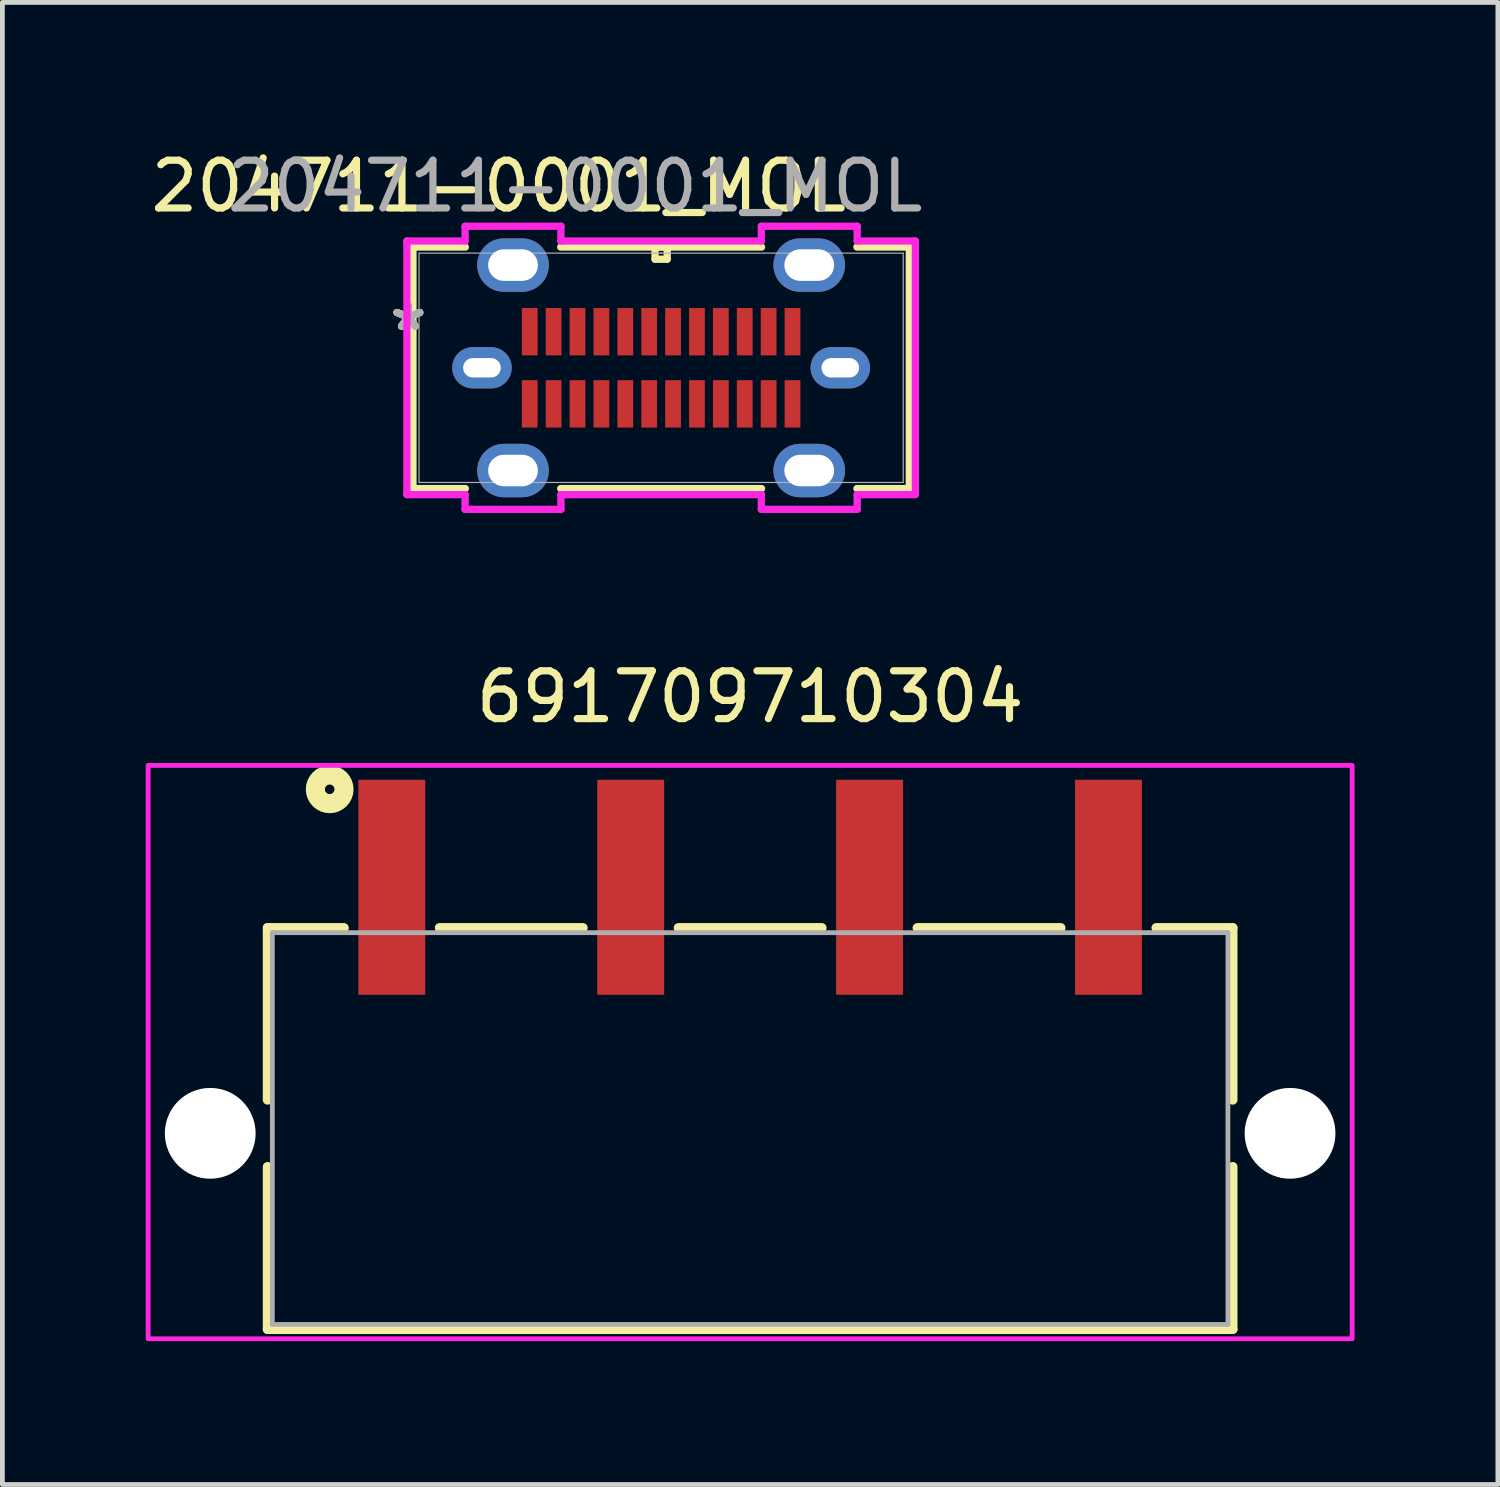
<source format=kicad_pcb>
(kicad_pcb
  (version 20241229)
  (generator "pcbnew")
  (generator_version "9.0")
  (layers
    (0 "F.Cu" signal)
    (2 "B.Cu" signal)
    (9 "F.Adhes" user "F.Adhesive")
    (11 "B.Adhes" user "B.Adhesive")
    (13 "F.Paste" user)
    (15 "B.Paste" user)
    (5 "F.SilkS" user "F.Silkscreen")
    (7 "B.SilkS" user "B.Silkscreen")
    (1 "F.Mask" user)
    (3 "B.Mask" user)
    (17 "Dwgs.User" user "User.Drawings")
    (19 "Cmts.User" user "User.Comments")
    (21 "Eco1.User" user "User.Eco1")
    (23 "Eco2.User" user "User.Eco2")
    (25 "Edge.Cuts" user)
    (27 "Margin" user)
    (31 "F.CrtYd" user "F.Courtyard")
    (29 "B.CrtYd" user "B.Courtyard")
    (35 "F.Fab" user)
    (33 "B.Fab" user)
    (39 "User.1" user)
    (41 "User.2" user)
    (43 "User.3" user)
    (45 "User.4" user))
  (footprint "691709710304"
    (layer "F.Cu")
    (at 12.65 20.67)
    (property "Reference" "691709710304" (at 0 -9.135 0) (layer "F.SilkS") (effects (font (size 1 1) (thickness 0.15))))
    (attr smd)
    (fp_line (start -10.1 -4.3) (end -10.1 -0.7) (stroke (width 0.2) (type solid)) (layer "F.SilkS"))
    (fp_line (start -10.1 0.7) (end -10.1 4.1) (stroke (width 0.2) (type solid)) (layer "F.SilkS"))
    (fp_line (start -10.1 4.1) (end 10.1 4.1) (stroke (width 0.2) (type solid)) (layer "F.SilkS"))
    (fp_line (start -8.5 -4.3) (end -10.1 -4.3) (stroke (width 0.2) (type solid)) (layer "F.SilkS"))
    (fp_line (start -6.5 -4.3) (end -3.5 -4.3) (stroke (width 0.2) (type solid)) (layer "F.SilkS"))
    (fp_line (start -1.5 -4.3) (end 1.5 -4.3) (stroke (width 0.2) (type solid)) (layer "F.SilkS"))
    (fp_line (start 3.5 -4.3) (end 6.5 -4.3) (stroke (width 0.2) (type solid)) (layer "F.SilkS"))
    (fp_line (start 10.1 -4.3) (end 8.5 -4.3) (stroke (width 0.2) (type solid)) (layer "F.SilkS"))
    (fp_line (start 10.1 -0.7) (end 10.1 -4.3) (stroke (width 0.2) (type solid)) (layer "F.SilkS"))
    (fp_line (start 10.1 4.1) (end 10.1 0.7) (stroke (width 0.2) (type solid)) (layer "F.SilkS"))
    (fp_circle (center -8.8 -7.2) (end -8.7 -7.2) (stroke (width 0.4) (type solid)) (fill no) (layer "F.SilkS"))
    (fp_poly (pts (xy -12.6 -7.7) (xy 12.6 -7.7) (xy 12.6 4.3) (xy -12.6 4.3)) (stroke (width 0.1) (type solid)) (fill no) (layer "F.CrtYd"))
    (fp_line (start -10 -4.2) (end 10 -4.2) (stroke (width 0.1) (type solid)) (layer "F.Fab"))
    (fp_line (start -10 4) (end -10 -4.2) (stroke (width 0.1) (type solid)) (layer "F.Fab"))
    (fp_line (start 10 -4.2) (end 10 4) (stroke (width 0.1) (type solid)) (layer "F.Fab"))
    (fp_line (start 10 4) (end -10 4) (stroke (width 0.1) (type solid)) (layer "F.Fab"))
    (pad "" np_thru_hole circle (at -11.3 0) (size 1.9 1.9) (drill 1.9) (layers "*.Cu" "*.Mask"))
    (pad "" np_thru_hole circle (at 11.3 0) (size 1.9 1.9) (drill 1.9) (layers "*.Cu" "*.Mask"))
    (pad "1" smd rect (at -7.5 -5.15) (size 1.4 4.5) (layers "F.Cu" "F.Mask" "F.Paste"))
    (pad "2" smd rect (at -2.5 -5.15) (size 1.4 4.5) (layers "F.Cu" "F.Mask" "F.Paste"))
    (pad "3" smd rect (at 2.5 -5.15) (size 1.4 4.5) (layers "F.Cu" "F.Mask" "F.Paste"))
    (pad "4" smd rect (at 7.5 -5.15) (size 1.4 4.5) (layers "F.Cu" "F.Mask" "F.Paste")))
  (footprint "204711-0001_MOL"
    (layer "F.Cu")
    (at 10.787 4.648)
    (property "Reference" "204711-0001_MOL" (at -3.4 -3.8 0) (unlocked yes) (layer "F.SilkS") (effects (font (size 1 1) (thickness 0.15))))
    (attr smd)
    (fp_line (start -5.194 -2.527) (end -5.194 2.527) (stroke (width 0.152) (type solid)) (layer "F.SilkS"))
    (fp_line (start -5.194 2.527) (end -4.098 2.527) (stroke (width 0.152) (type solid)) (layer "F.SilkS"))
    (fp_line (start -4.098 -2.527) (end -5.194 -2.527) (stroke (width 0.152) (type solid)) (layer "F.SilkS"))
    (fp_line (start -2.102 2.527) (end 2.102 2.527) (stroke (width 0.152) (type solid)) (layer "F.SilkS"))
    (fp_line (start -0.127 -2.527) (end -0.127 -2.273) (stroke (width 0.152) (type solid)) (layer "F.SilkS"))
    (fp_line (start -0.127 -2.273) (end 0.127 -2.273) (stroke (width 0.152) (type solid)) (layer "F.SilkS"))
    (fp_line (start 0.127 -2.527) (end -0.127 -2.527) (stroke (width 0.152) (type solid)) (layer "F.SilkS"))
    (fp_line (start 0.127 -2.273) (end 0.127 -2.527) (stroke (width 0.152) (type solid)) (layer "F.SilkS"))
    (fp_line (start 2.102 -2.527) (end -2.102 -2.527) (stroke (width 0.152) (type solid)) (layer "F.SilkS"))
    (fp_line (start 4.098 2.527) (end 5.194 2.527) (stroke (width 0.152) (type solid)) (layer "F.SilkS"))
    (fp_line (start 5.194 -2.527) (end 4.098 -2.527) (stroke (width 0.152) (type solid)) (layer "F.SilkS"))
    (fp_line (start 5.194 2.527) (end 5.194 -2.527) (stroke (width 0.152) (type solid)) (layer "F.SilkS"))
    (fp_line (start -5.321 -2.654) (end -5.321 2.654) (stroke (width 0.152) (type solid)) (layer "F.CrtYd"))
    (fp_line (start -5.321 2.654) (end -4.103 2.654) (stroke (width 0.152) (type solid)) (layer "F.CrtYd"))
    (fp_line (start -4.103 -2.963) (end -4.103 -2.654) (stroke (width 0.152) (type solid)) (layer "F.CrtYd"))
    (fp_line (start -4.103 -2.654) (end -5.321 -2.654) (stroke (width 0.152) (type solid)) (layer "F.CrtYd"))
    (fp_line (start -4.103 2.654) (end -4.103 2.963) (stroke (width 0.152) (type solid)) (layer "F.CrtYd"))
    (fp_line (start -4.103 2.963) (end -2.097 2.963) (stroke (width 0.152) (type solid)) (layer "F.CrtYd"))
    (fp_line (start -2.097 -2.963) (end -4.103 -2.963) (stroke (width 0.152) (type solid)) (layer "F.CrtYd"))
    (fp_line (start -2.097 -2.654) (end -2.097 -2.963) (stroke (width 0.152) (type solid)) (layer "F.CrtYd"))
    (fp_line (start -2.097 2.654) (end 2.097 2.654) (stroke (width 0.152) (type solid)) (layer "F.CrtYd"))
    (fp_line (start -2.097 2.963) (end -2.097 2.654) (stroke (width 0.152) (type solid)) (layer "F.CrtYd"))
    (fp_line (start 2.097 -2.963) (end 2.097 -2.654) (stroke (width 0.152) (type solid)) (layer "F.CrtYd"))
    (fp_line (start 2.097 -2.654) (end -2.097 -2.654) (stroke (width 0.152) (type solid)) (layer "F.CrtYd"))
    (fp_line (start 2.097 2.654) (end 2.097 2.963) (stroke (width 0.152) (type solid)) (layer "F.CrtYd"))
    (fp_line (start 2.097 2.963) (end 4.103 2.963) (stroke (width 0.152) (type solid)) (layer "F.CrtYd"))
    (fp_line (start 4.103 -2.963) (end 2.097 -2.963) (stroke (width 0.152) (type solid)) (layer "F.CrtYd"))
    (fp_line (start 4.103 -2.654) (end 4.103 -2.963) (stroke (width 0.152) (type solid)) (layer "F.CrtYd"))
    (fp_line (start 4.103 2.654) (end 5.321 2.654) (stroke (width 0.152) (type solid)) (layer "F.CrtYd"))
    (fp_line (start 4.103 2.963) (end 4.103 2.654) (stroke (width 0.152) (type solid)) (layer "F.CrtYd"))
    (fp_line (start 5.321 -2.654) (end 4.103 -2.654) (stroke (width 0.152) (type solid)) (layer "F.CrtYd"))
    (fp_line (start 5.321 2.654) (end 5.321 -2.654) (stroke (width 0.152) (type solid)) (layer "F.CrtYd"))
    (fp_line (start -5.067 -2.4) (end -5.067 2.4) (stroke (width 0.025) (type solid)) (layer "F.Fab"))
    (fp_line (start -5.067 2.4) (end 5.067 2.4) (stroke (width 0.025) (type solid)) (layer "F.Fab"))
    (fp_line (start 0 -2.4) (end 0 -2.4) (stroke (width 0.025) (type solid)) (layer "F.Fab"))
    (fp_line (start 0 -2.4) (end 0 -2.4) (stroke (width 0.025) (type solid)) (layer "F.Fab"))
    (fp_line (start 0 -2.4) (end 0 -2.4) (stroke (width 0.025) (type solid)) (layer "F.Fab"))
    (fp_line (start 0 -2.4) (end 0 -2.4) (stroke (width 0.025) (type solid)) (layer "F.Fab"))
    (fp_line (start 5.067 -2.4) (end -5.067 -2.4) (stroke (width 0.025) (type solid)) (layer "F.Fab"))
    (fp_line (start 5.067 2.4) (end 5.067 -2.4) (stroke (width 0.025) (type solid)) (layer "F.Fab"))
    (fp_text user "*" (at -5.29 -0.755 0) (unlocked yes) (layer "F.SilkS") (effects (font (size 1 1) (thickness 0.15))))
    (fp_text user "*" (at -5.29 -0.755 0) (layer "F.SilkS") (effects (font (size 1 1) (thickness 0.15))))
    (fp_text user "*" (at -5.29 -0.755 0) (layer "F.Fab") (effects (font (size 1 1) (thickness 0.15))))
    (fp_text user "*" (at -5.29 -0.755 0) (unlocked yes) (layer "F.Fab") (effects (font (size 1 1) (thickness 0.15))))
    (fp_text user "${REFERENCE}" (at -1.8 -3.8 0) (unlocked yes) (layer "F.Fab") (effects (font (size 1 1) (thickness 0.15))))
    (pad "A1" smd rect (at -2.75 -0.755) (size 0.33 0.991) (layers "F.Cu" "F.Mask" "F.Paste"))
    (pad "A2" smd rect (at -2.25 -0.755) (size 0.33 0.991) (layers "F.Cu" "F.Mask" "F.Paste"))
    (pad "A3" smd rect (at -1.75 -0.755) (size 0.33 0.991) (layers "F.Cu" "F.Mask" "F.Paste"))
    (pad "A4" smd rect (at -1.25 -0.755) (size 0.33 0.991) (layers "F.Cu" "F.Mask" "F.Paste"))
    (pad "A5" smd rect (at -0.75 -0.755) (size 0.33 0.991) (layers "F.Cu" "F.Mask" "F.Paste"))
    (pad "A6" smd rect (at -0.25 -0.755) (size 0.33 0.991) (layers "F.Cu" "F.Mask" "F.Paste"))
    (pad "A7" smd rect (at 0.25 -0.755) (size 0.33 0.991) (layers "F.Cu" "F.Mask" "F.Paste"))
    (pad "A8" smd rect (at 0.75 -0.755) (size 0.33 0.991) (layers "F.Cu" "F.Mask" "F.Paste"))
    (pad "A9" smd rect (at 1.25 -0.755) (size 0.33 0.991) (layers "F.Cu" "F.Mask" "F.Paste"))
    (pad "A10" smd rect (at 1.75 -0.755) (size 0.33 0.991) (layers "F.Cu" "F.Mask" "F.Paste"))
    (pad "A11" smd rect (at 2.25 -0.755) (size 0.33 0.991) (layers "F.Cu" "F.Mask" "F.Paste"))
    (pad "A12" smd rect (at 2.75 -0.755) (size 0.33 0.991) (layers "F.Cu" "F.Mask" "F.Paste"))
    (pad "B1" smd rect (at 2.75 0.755) (size 0.33 0.991) (layers "F.Cu" "F.Mask" "F.Paste"))
    (pad "B2" smd rect (at 2.25 0.755) (size 0.33 0.991) (layers "F.Cu" "F.Mask" "F.Paste"))
    (pad "B3" smd rect (at 1.75 0.755) (size 0.33 0.991) (layers "F.Cu" "F.Mask" "F.Paste"))
    (pad "B4" smd rect (at 1.25 0.755) (size 0.33 0.991) (layers "F.Cu" "F.Mask" "F.Paste"))
    (pad "B5" smd rect (at 0.75 0.755) (size 0.33 0.991) (layers "F.Cu" "F.Mask" "F.Paste"))
    (pad "B6" smd rect (at 0.25 0.755) (size 0.33 0.991) (layers "F.Cu" "F.Mask" "F.Paste"))
    (pad "B7" smd rect (at -0.25 0.755) (size 0.33 0.991) (layers "F.Cu" "F.Mask" "F.Paste"))
    (pad "B8" smd rect (at -0.75 0.755) (size 0.33 0.991) (layers "F.Cu" "F.Mask" "F.Paste"))
    (pad "B9" smd rect (at -1.25 0.755) (size 0.33 0.991) (layers "F.Cu" "F.Mask" "F.Paste"))
    (pad "B10" smd rect (at -1.75 0.755) (size 0.33 0.991) (layers "F.Cu" "F.Mask" "F.Paste"))
    (pad "B11" smd rect (at -2.25 0.755) (size 0.33 0.991) (layers "F.Cu" "F.Mask" "F.Paste"))
    (pad "B12" smd rect (at -2.75 0.755) (size 0.33 0.991) (layers "F.Cu" "F.Mask" "F.Paste"))
    (pad "S_1" thru_hole oval (at -3.1 -2.15) (size 1.499 1.118) (drill oval 1.041 0.66) (layers "*.Cu" "*.Mask"))
    (pad "S_2" thru_hole oval (at 3.1 -2.15) (size 1.499 1.118) (drill oval 1.041 0.66) (layers "*.Cu" "*.Mask"))
    (pad "S_3" thru_hole oval (at -3.1 2.15) (size 1.499 1.118) (drill oval 1.041 0.66) (layers "*.Cu" "*.Mask"))
    (pad "S_4" thru_hole oval (at 3.1 2.15) (size 1.499 1.118) (drill oval 1.041 0.66) (layers "*.Cu" "*.Mask"))
    (pad "S_5" thru_hole oval (at -3.75 -0.0003) (size 1.245 0.864) (drill oval 0.787 0.406) (layers "*.Cu" "*.Mask"))
    (pad "S_6" thru_hole oval (at 3.75 -0.0003) (size 1.245 0.864) (drill oval 0.787 0.406) (layers "*.Cu" "*.Mask")))
  (gr_rect
    (start -3 -3)
    (end 28.3 28.02)
    (stroke (width 0.1) (type default))
    (fill no)
    (layer "Edge.Cuts")))
</source>
